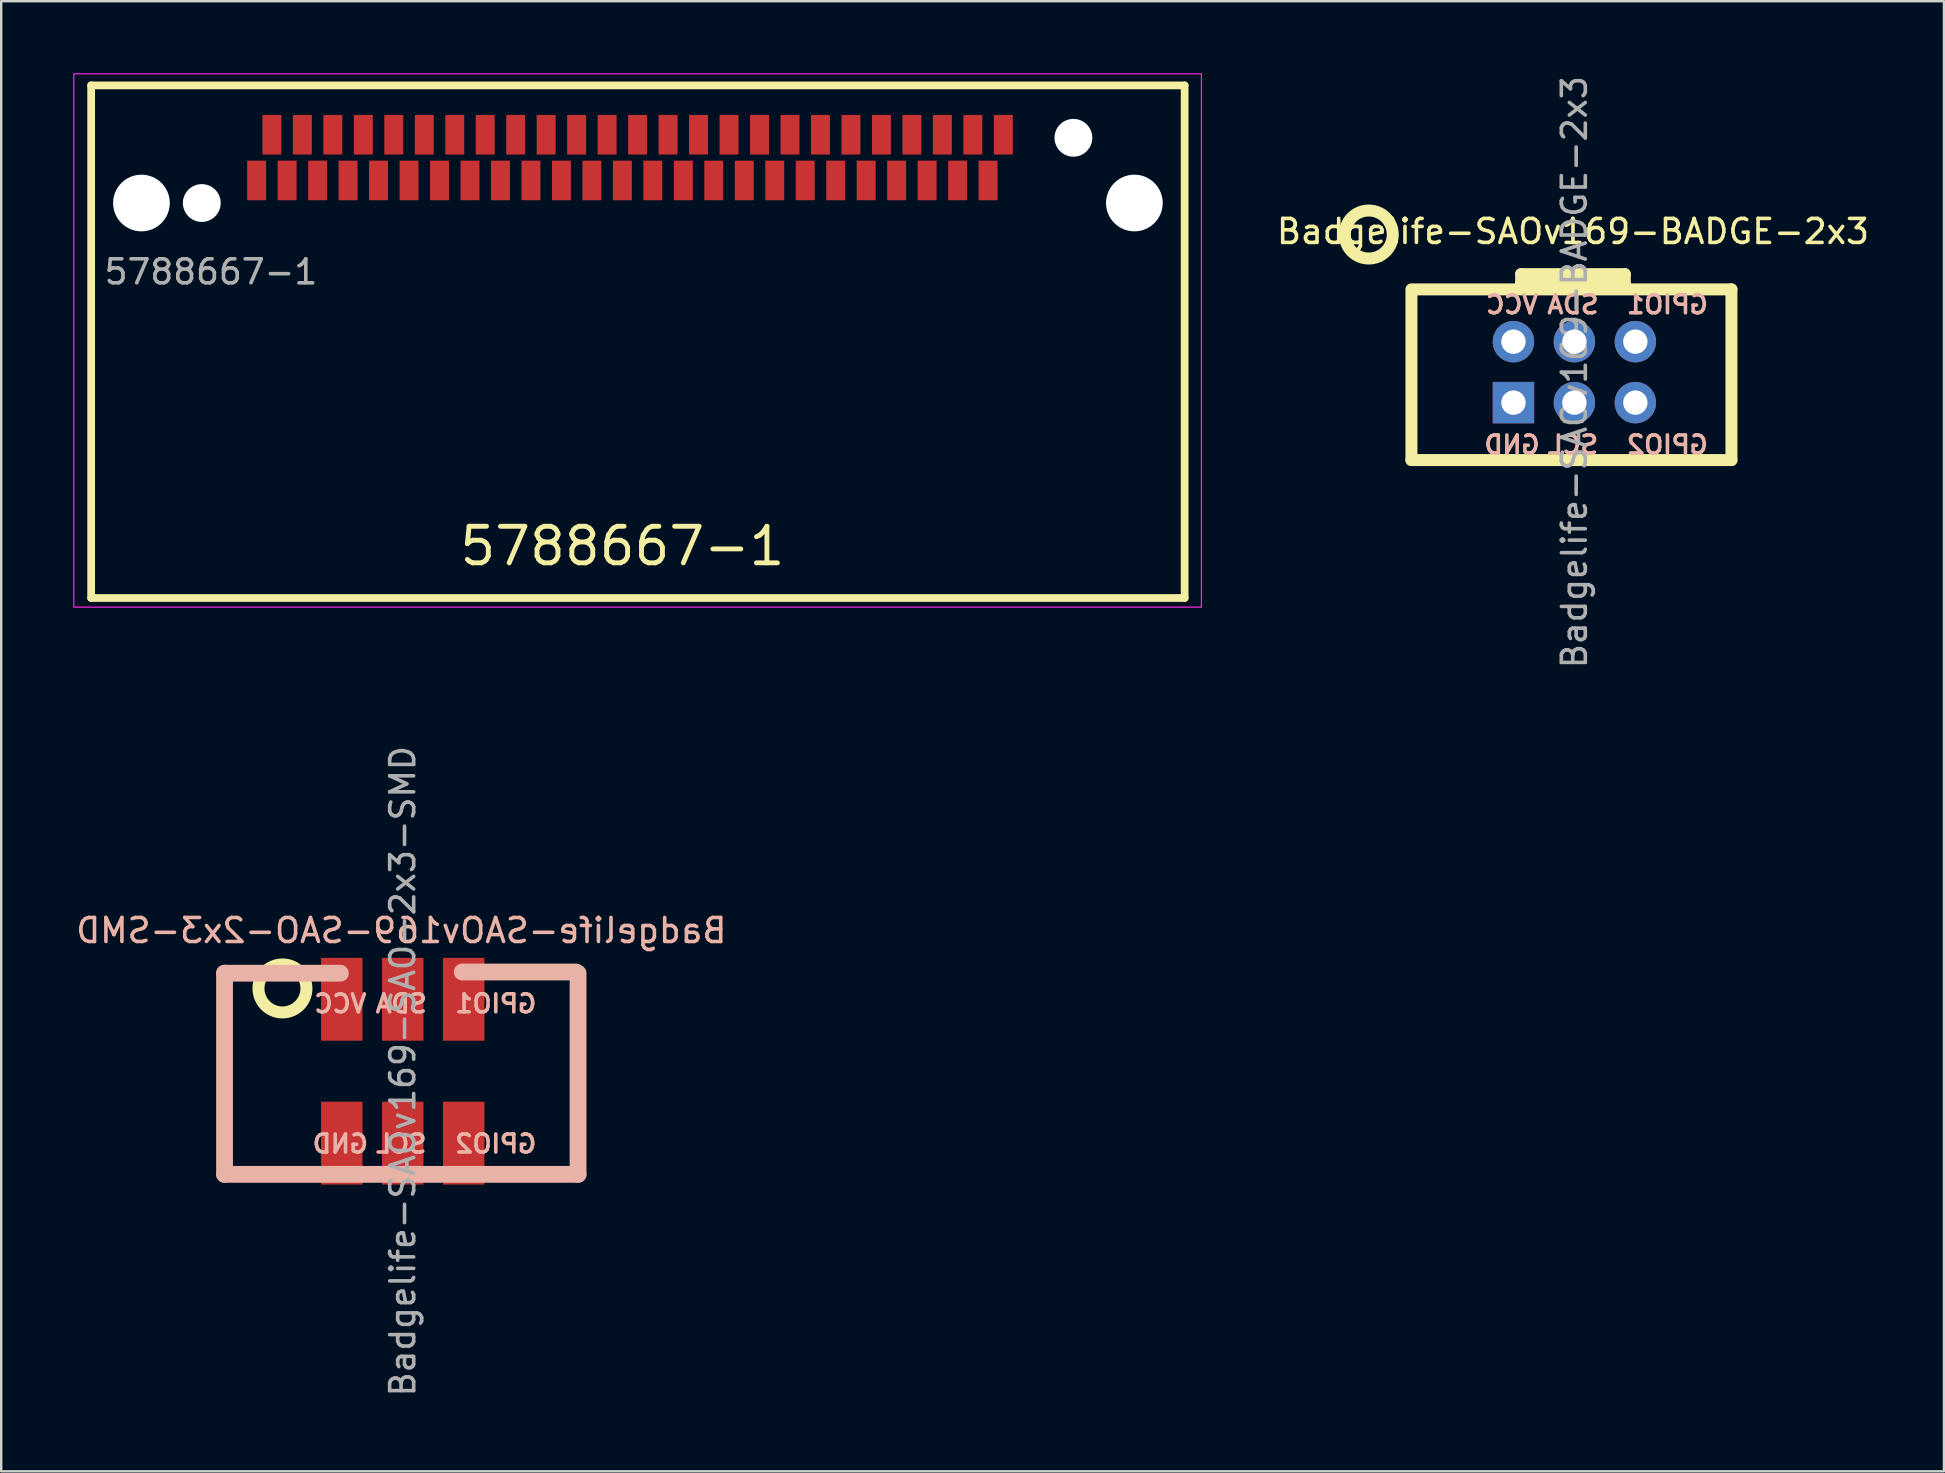
<source format=kicad_pcb>
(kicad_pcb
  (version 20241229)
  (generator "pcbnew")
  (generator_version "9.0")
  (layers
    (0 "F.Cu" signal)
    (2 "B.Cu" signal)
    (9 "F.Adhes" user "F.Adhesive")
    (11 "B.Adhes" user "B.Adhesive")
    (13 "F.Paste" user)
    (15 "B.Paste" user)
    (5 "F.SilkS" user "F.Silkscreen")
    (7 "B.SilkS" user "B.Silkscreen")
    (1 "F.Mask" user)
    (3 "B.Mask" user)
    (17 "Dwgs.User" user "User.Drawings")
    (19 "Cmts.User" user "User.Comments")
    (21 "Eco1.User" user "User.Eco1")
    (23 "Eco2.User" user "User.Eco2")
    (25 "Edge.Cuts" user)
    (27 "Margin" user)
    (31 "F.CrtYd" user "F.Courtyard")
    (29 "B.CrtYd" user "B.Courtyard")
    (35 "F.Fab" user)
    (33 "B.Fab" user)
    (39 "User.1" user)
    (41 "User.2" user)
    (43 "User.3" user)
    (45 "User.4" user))
  (footprint "Badgelife-SAOv169-SAO-2x3-SMD"
    (layer "F.Cu")
    (at 13.733 41.569)
    (property "Reference" "Badgelife-SAOv169-SAO-2x3-SMD" (at -0.06 -5.842 0) (layer "B.SilkS") (effects (font (size 1 1) (thickness 0.15)) (justify mirror)))
    (attr through_hole)
    (fp_circle (center -5.013 -3.429) (end -4.013 -3.429) (stroke (width 0.5) (type solid)) (fill no) (layer "F.SilkS"))
    (fp_line (start -7.426 -4.064) (end -7.426 4.318) (stroke (width 0.7) (type solid)) (layer "B.SilkS"))
    (fp_line (start -7.426 4.318) (end 7.306 4.318) (stroke (width 0.7) (type solid)) (layer "B.SilkS"))
    (fp_line (start -2.6 -4.064) (end -7.426 -4.064) (stroke (width 0.7) (type solid)) (layer "B.SilkS"))
    (fp_line (start 7.22 -4.115) (end 2.48 -4.115) (stroke (width 0.7) (type solid)) (layer "B.SilkS"))
    (fp_line (start 7.306 4.318) (end 7.306 -4.064) (stroke (width 0.7) (type solid)) (layer "B.SilkS"))
    (fp_text user "GPIO2" (at 3.877 3.048 0) (layer "B.SilkS") (effects (font (size 0.75 0.75) (thickness 0.15)) (justify mirror)))
    (fp_text user "GND" (at -2.6 3.048 0) (unlocked yes) (layer "B.SilkS") (effects (font (size 0.75 0.75) (thickness 0.15)) (justify mirror)))
    (fp_text user "VCC" (at -2.6 -2.794 0) (unlocked yes) (layer "B.SilkS") (effects (font (size 0.75 0.75) (thickness 0.15)) (justify mirror)))
    (fp_text user "GPIO1" (at 3.877 -2.794 0) (unlocked yes) (layer "B.SilkS") (effects (font (size 0.75 0.75) (thickness 0.15)) (justify mirror)))
    (fp_text user "SDA" (at -0.06 -2.794 0) (unlocked yes) (layer "B.SilkS") (effects (font (size 0.75 0.75) (thickness 0.15)) (justify mirror)))
    (fp_text user "SCL" (at -0.06 3.048 0) (layer "B.SilkS") (effects (font (size 0.75 0.75) (thickness 0.15)) (justify mirror)))
    (fp_text user "${REFERENCE}" (at 0 0.02 270) (layer "F.Fab") (effects (font (size 1 1) (thickness 0.15))))
    (pad "1" smd rect (at -2.54 -2.977 270) (size 3.454 1.727) (layers "F.Cu" "F.Mask" "F.Paste"))
    (pad "2" smd rect (at -2.54 3.017 270) (size 3.454 1.727) (layers "F.Cu" "F.Mask" "F.Paste"))
    (pad "3" smd rect (at 0 -2.977 270) (size 3.454 1.727) (layers "F.Cu" "F.Mask" "F.Paste"))
    (pad "4" smd rect (at 0 3.017 270) (size 3.454 1.727) (layers "F.Cu" "F.Mask" "F.Paste"))
    (pad "5" smd rect (at 2.54 -2.977 270) (size 3.454 1.727) (layers "F.Cu" "F.Mask" "F.Paste"))
    (pad "6" smd rect (at 2.54 3.017 270) (size 3.454 1.727) (layers "F.Cu" "F.Mask" "F.Paste")))
  (footprint "5788667-1"
    (layer "F.Cu")
    (at 8.28 2.565)
    (property "Reference" "5788667-1" (at 14.605 17.145 0) (unlocked yes) (layer "F.SilkS") (effects (font (size 1.524 1.524) (thickness 0.203))))
    (attr smd)
    (fp_line (start -7.531 -2.057) (end -7.531 19.304) (stroke (width 0.323) (type solid)) (layer "F.SilkS"))
    (fp_line (start -7.531 -2.057) (end 38.036 -2.057) (stroke (width 0.323) (type solid)) (layer "F.SilkS"))
    (fp_line (start -7.531 19.304) (end 38.036 19.304) (stroke (width 0.323) (type solid)) (layer "F.SilkS"))
    (fp_line (start 38.036 19.304) (end 38.036 -2.057) (stroke (width 0.323) (type solid)) (layer "F.SilkS"))
    (fp_rect (start -8.255 -2.54) (end 38.735 19.685) (stroke (width 0.05) (type solid)) (fill no) (layer "F.CrtYd"))
    (fp_text user "${REFERENCE}" (at -2.54 5.715 0) (unlocked yes) (layer "F.Fab") (effects (font (size 1 1) (thickness 0.15))))
    (pad "" np_thru_hole circle (at -5.436 2.845) (size 2.362 2.362) (drill 2.362) (layers "*.Cu" "*.Mask"))
    (pad "" np_thru_hole circle (at -2.921 2.845) (size 1.575 1.575) (drill 1.575) (layers "*.Cu" "*.Mask"))
    (pad "" np_thru_hole circle (at 33.401 0.127) (size 1.575 1.575) (drill 1.575) (layers "*.Cu" "*.Mask"))
    (pad "" np_thru_hole circle (at 35.941 2.845) (size 2.362 2.362) (drill 2.362) (layers "*.Cu" "*.Mask"))
    (pad "1" smd rect (at 0 0) (size 0.79 1.65) (layers "F.Cu" "F.Mask" "F.Paste"))
    (pad "2" smd rect (at 1.27 0) (size 0.79 1.65) (layers "F.Cu" "F.Mask" "F.Paste"))
    (pad "3" smd rect (at 2.54 0) (size 0.79 1.65) (layers "F.Cu" "F.Mask" "F.Paste"))
    (pad "4" smd rect (at 3.81 0) (size 0.79 1.65) (layers "F.Cu" "F.Mask" "F.Paste"))
    (pad "5" smd rect (at 5.08 0) (size 0.79 1.65) (layers "F.Cu" "F.Mask" "F.Paste"))
    (pad "6" smd rect (at 6.35 0) (size 0.79 1.65) (layers "F.Cu" "F.Mask" "F.Paste"))
    (pad "7" smd rect (at 7.62 0) (size 0.79 1.65) (layers "F.Cu" "F.Mask" "F.Paste"))
    (pad "8" smd rect (at 8.89 0) (size 0.79 1.65) (layers "F.Cu" "F.Mask" "F.Paste"))
    (pad "9" smd rect (at 10.16 0) (size 0.79 1.65) (layers "F.Cu" "F.Mask" "F.Paste"))
    (pad "10" smd rect (at 11.43 0) (size 0.79 1.65) (layers "F.Cu" "F.Mask" "F.Paste"))
    (pad "11" smd rect (at 12.7 0) (size 0.79 1.65) (layers "F.Cu" "F.Mask" "F.Paste"))
    (pad "12" smd rect (at 13.97 0) (size 0.79 1.65) (layers "F.Cu" "F.Mask" "F.Paste"))
    (pad "13" smd rect (at 15.24 0) (size 0.79 1.65) (layers "F.Cu" "F.Mask" "F.Paste"))
    (pad "14" smd rect (at 16.51 0) (size 0.79 1.65) (layers "F.Cu" "F.Mask" "F.Paste"))
    (pad "15" smd rect (at 17.78 0) (size 0.79 1.65) (layers "F.Cu" "F.Mask" "F.Paste"))
    (pad "16" smd rect (at 19.05 0) (size 0.79 1.65) (layers "F.Cu" "F.Mask" "F.Paste"))
    (pad "17" smd rect (at 20.32 0) (size 0.79 1.65) (layers "F.Cu" "F.Mask" "F.Paste"))
    (pad "18" smd rect (at 21.59 0) (size 0.79 1.65) (layers "F.Cu" "F.Mask" "F.Paste"))
    (pad "19" smd rect (at 22.86 0) (size 0.79 1.65) (layers "F.Cu" "F.Mask" "F.Paste"))
    (pad "20" smd rect (at 24.13 0) (size 0.79 1.65) (layers "F.Cu" "F.Mask" "F.Paste"))
    (pad "21" smd rect (at 25.4 0) (size 0.79 1.65) (layers "F.Cu" "F.Mask" "F.Paste"))
    (pad "22" smd rect (at 26.67 0) (size 0.79 1.65) (layers "F.Cu" "F.Mask" "F.Paste"))
    (pad "23" smd rect (at 27.94 0) (size 0.79 1.65) (layers "F.Cu" "F.Mask" "F.Paste"))
    (pad "24" smd rect (at 29.21 0) (size 0.79 1.65) (layers "F.Cu" "F.Mask" "F.Paste"))
    (pad "25" smd rect (at 30.48 0) (size 0.79 1.65) (layers "F.Cu" "F.Mask" "F.Paste"))
    (pad "26" smd rect (at -0.635 1.905) (size 0.79 1.65) (layers "F.Cu" "F.Mask" "F.Paste"))
    (pad "27" smd rect (at 0.635 1.905) (size 0.79 1.65) (layers "F.Cu" "F.Mask" "F.Paste"))
    (pad "28" smd rect (at 1.905 1.905) (size 0.79 1.65) (layers "F.Cu" "F.Mask" "F.Paste"))
    (pad "29" smd rect (at 3.175 1.905) (size 0.79 1.65) (layers "F.Cu" "F.Mask" "F.Paste"))
    (pad "30" smd rect (at 4.445 1.905) (size 0.79 1.65) (layers "F.Cu" "F.Mask" "F.Paste"))
    (pad "31" smd rect (at 5.715 1.905) (size 0.79 1.65) (layers "F.Cu" "F.Mask" "F.Paste"))
    (pad "32" smd rect (at 6.985 1.905) (size 0.79 1.65) (layers "F.Cu" "F.Mask" "F.Paste"))
    (pad "33" smd rect (at 8.255 1.905) (size 0.79 1.65) (layers "F.Cu" "F.Mask" "F.Paste"))
    (pad "34" smd rect (at 9.525 1.905) (size 0.79 1.65) (layers "F.Cu" "F.Mask" "F.Paste"))
    (pad "35" smd rect (at 10.795 1.905) (size 0.79 1.65) (layers "F.Cu" "F.Mask" "F.Paste"))
    (pad "36" smd rect (at 12.065 1.905) (size 0.79 1.65) (layers "F.Cu" "F.Mask" "F.Paste"))
    (pad "37" smd rect (at 13.335 1.905) (size 0.79 1.65) (layers "F.Cu" "F.Mask" "F.Paste"))
    (pad "38" smd rect (at 14.605 1.905) (size 0.79 1.65) (layers "F.Cu" "F.Mask" "F.Paste"))
    (pad "39" smd rect (at 15.875 1.905) (size 0.79 1.65) (layers "F.Cu" "F.Mask" "F.Paste"))
    (pad "40" smd rect (at 17.145 1.905) (size 0.79 1.65) (layers "F.Cu" "F.Mask" "F.Paste"))
    (pad "41" smd rect (at 18.415 1.905) (size 0.79 1.65) (layers "F.Cu" "F.Mask" "F.Paste"))
    (pad "42" smd rect (at 19.685 1.905) (size 0.79 1.65) (layers "F.Cu" "F.Mask" "F.Paste"))
    (pad "43" smd rect (at 20.955 1.905) (size 0.79 1.65) (layers "F.Cu" "F.Mask" "F.Paste"))
    (pad "44" smd rect (at 22.225 1.905) (size 0.79 1.65) (layers "F.Cu" "F.Mask" "F.Paste"))
    (pad "45" smd rect (at 23.495 1.905) (size 0.79 1.65) (layers "F.Cu" "F.Mask" "F.Paste"))
    (pad "46" smd rect (at 24.765 1.905) (size 0.79 1.65) (layers "F.Cu" "F.Mask" "F.Paste"))
    (pad "47" smd rect (at 26.035 1.905) (size 0.79 1.65) (layers "F.Cu" "F.Mask" "F.Paste"))
    (pad "48" smd rect (at 27.305 1.905) (size 0.79 1.65) (layers "F.Cu" "F.Mask" "F.Paste"))
    (pad "49" smd rect (at 28.575 1.905) (size 0.79 1.65) (layers "F.Cu" "F.Mask" "F.Paste"))
    (pad "50" smd rect (at 29.845 1.905) (size 0.79 1.65) (layers "F.Cu" "F.Mask" "F.Paste")))
  (footprint "Badgelife-SAOv169-BADGE-2x3"
    (layer "F.Cu")
    (at 62.498 12.438)
    (property "Reference" "Badgelife-SAOv169-BADGE-2x3" (at 0 -5.842 0) (layer "F.SilkS") (effects (font (size 1 1) (thickness 0.15))))
    (attr through_hole)
    (fp_line (start -6.731 3.683) (end -6.731 -3.429) (stroke (width 0.5) (type solid)) (layer "F.SilkS"))
    (fp_line (start -6.604 -3.429) (end 6.604 -3.429) (stroke (width 0.5) (type solid)) (layer "F.SilkS"))
    (fp_line (start -2.159 -4.064) (end 2.159 -4.064) (stroke (width 0.5) (type solid)) (layer "F.SilkS"))
    (fp_line (start -2.159 -3.556) (end -2.159 -4.064) (stroke (width 0.5) (type solid)) (layer "F.SilkS"))
    (fp_line (start 2.159 -4.064) (end 2.159 -3.556) (stroke (width 0.5) (type solid)) (layer "F.SilkS"))
    (fp_line (start 2.159 -3.683) (end -2.159 -3.683) (stroke (width 0.5) (type solid)) (layer "F.SilkS"))
    (fp_line (start 6.604 -3.429) (end 6.604 3.683) (stroke (width 0.5) (type solid)) (layer "F.SilkS"))
    (fp_line (start 6.604 3.683) (end -6.731 3.683) (stroke (width 0.5) (type solid)) (layer "F.SilkS"))
    (fp_circle (center -8.509 -5.715) (end -7.509 -5.715) (stroke (width 0.5) (type solid)) (fill no) (layer "F.SilkS"))
    (fp_text user "GPIO1" (at 3.937 -2.794 0) (layer "B.SilkS") (effects (font (size 0.75 0.75) (thickness 0.15)) (justify mirror)))
    (fp_text user "GND" (at -2.54 3.048 0) (layer "B.SilkS") (effects (font (size 0.75 0.75) (thickness 0.15)) (justify mirror)))
    (fp_text user "SDA" (at 0 -2.794 0) (layer "B.SilkS") (effects (font (size 0.75 0.75) (thickness 0.15)) (justify mirror)))
    (fp_text user "GPIO2" (at 3.937 3.048 0) (layer "B.SilkS") (effects (font (size 0.75 0.75) (thickness 0.15)) (justify mirror)))
    (fp_text user "SCL" (at 0 3.048 0) (layer "B.SilkS") (effects (font (size 0.75 0.75) (thickness 0.15)) (justify mirror)))
    (fp_text user "VCC" (at -2.54 -2.794 0) (layer "B.SilkS") (effects (font (size 0.75 0.75) (thickness 0.15)) (justify mirror)))
    (fp_text user "${REFERENCE}" (at 0.06 0.02 270) (layer "F.Fab") (effects (font (size 1 1) (thickness 0.15))))
    (pad "1" thru_hole oval (at -2.48 -1.25 270) (size 1.727 1.727) (drill 1.016) (layers "*.Cu" "*.Mask"))
    (pad "2" thru_hole rect (at -2.48 1.29 270) (size 1.727 1.727) (drill 1.016) (layers "*.Cu" "*.Mask"))
    (pad "3" thru_hole oval (at 0.06 -1.25 270) (size 1.727 1.727) (drill 1.016) (layers "*.Cu" "*.Mask"))
    (pad "4" thru_hole oval (at 0.06 1.29 270) (size 1.727 1.727) (drill 1.016) (layers "*.Cu" "*.Mask"))
    (pad "5" thru_hole circle (at 2.6 -1.25 270) (size 1.727 1.727) (drill 1.016) (layers "*.Cu" "*.Mask"))
    (pad "6" thru_hole circle (at 2.6 1.29 270) (size 1.727 1.727) (drill 1.016) (layers "*.Cu" "*.Mask")))
  (gr_rect
    (start -3 -3)
    (end 77.957 58.262)
    (stroke (width 0.1) (type default))
    (fill no)
    (layer "Edge.Cuts")))
</source>
